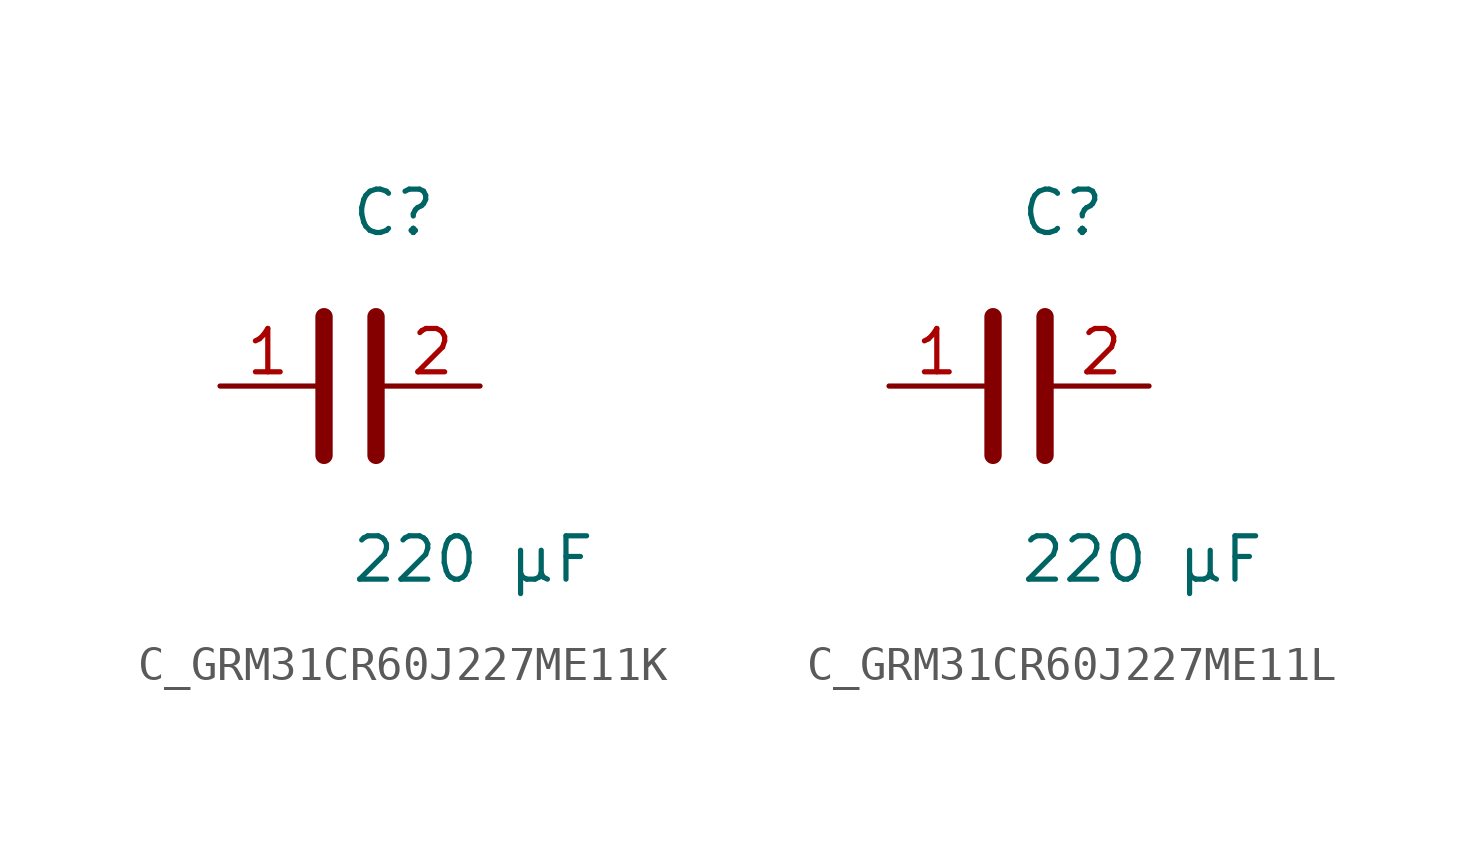
<source format=kicad_sym>
(kicad_symbol_lib
  (version 20231120)
  (generator kicad_symbol_editor)
  (generator_version 8.0)
  (symbol "C_GRM31CR60J227ME11K"
    (pin_names
      (offset 0.254))
    (property "Reference" "C"
      (at 0 5.08 0)
      (effects (font (size 1.27 1.27)) (justify left)))
    (property "Value" "220 µF"
      (at 0 -5.08 0)
      (effects (font (size 1.27 1.27)) (justify left)))
    (symbol "C_GRM31CR60J227ME11K_0_1"
      (polyline (pts (xy -0.762 -2.032) (xy -0.762 2.032)) (stroke (width 0.508) (type default)) (fill (type none)))
      (polyline (pts (xy 0.762 -2.032) (xy 0.762 2.032)) (stroke (width 0.508) (type default)) (fill (type none))))
    (pin passive line
      (at -3.81 0 0)
      (length 2.8)
      (name "" (effects (font (size 1.27 1.27))))
      (number "1" (effects (font (size 1.27 1.27)))))
    (pin passive line
      (at 3.81 0 180)
      (length 2.8)
      (name "" (effects (font (size 1.27 1.27))))
      (number "2" (effects (font (size 1.27 1.27))))))
  (symbol "C_GRM31CR60J227ME11L"
    (pin_names
      (offset 0.254))
    (property "Reference" "C"
      (at 0 5.08 0)
      (effects (font (size 1.27 1.27)) (justify left)))
    (property "Value" "220 µF"
      (at 0 -5.08 0)
      (effects (font (size 1.27 1.27)) (justify left)))
    (symbol "C_GRM31CR60J227ME11L_0_1"
      (polyline (pts (xy -0.762 -2.032) (xy -0.762 2.032)) (stroke (width 0.508) (type default)) (fill (type none)))
      (polyline (pts (xy 0.762 -2.032) (xy 0.762 2.032)) (stroke (width 0.508) (type default)) (fill (type none))))
    (pin passive line
      (at -3.81 0 0)
      (length 2.8)
      (name "" (effects (font (size 1.27 1.27))))
      (number "1" (effects (font (size 1.27 1.27)))))
    (pin passive line
      (at 3.81 0 180)
      (length 2.8)
      (name "" (effects (font (size 1.27 1.27))))
      (number "2" (effects (font (size 1.27 1.27)))))))
</source>
